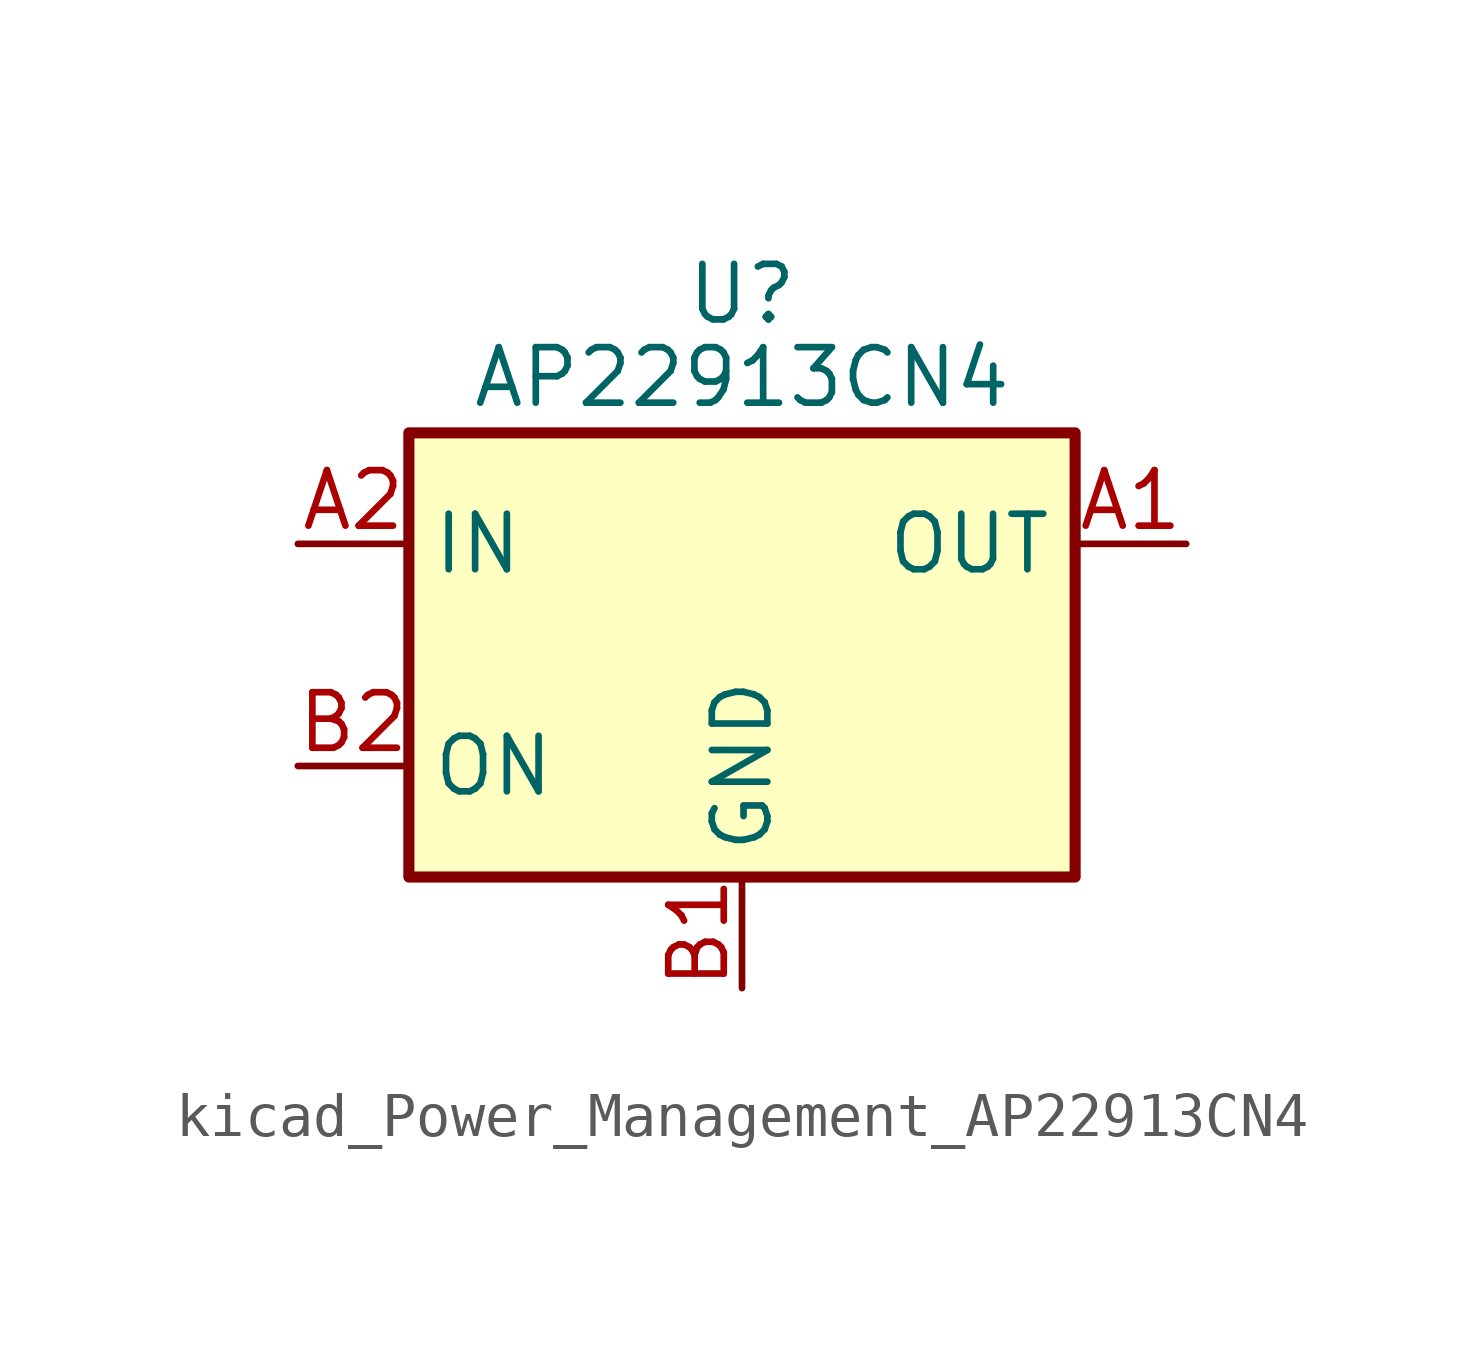
<source format=kicad_sym>
(kicad_symbol_lib
  (version 20220914)
  (generator kicad_symbol_editor)
  (symbol "kicad_Power_Management_AP22913CN4"
    (property "Reference" "U"
      (at 0 8.255 0)
      (effects (font (size 1.27 1.27))))
    (property "Value" "AP22913CN4"
      (at 0 6.35 0)
      (effects (font (size 1.27 1.27))))
    (symbol "kicad_Power_Management_AP22913CN4_0_1"
      (rectangle (start -7.62 5.08) (end 7.62 -5.08) (stroke (width 0.254) (type default)) (fill (type background))))
    (symbol "kicad_Power_Management_AP22913CN4_1_1"
      (pin power_out line (at 10.16 2.54 180) (length 2.54) (name "OUT" (effects (font (size 1.27 1.27)))) (number "A1" (effects (font (size 1.27 1.27)))))
      (pin power_in line (at -10.16 2.54 0) (length 2.54) (name "IN" (effects (font (size 1.27 1.27)))) (number "A2" (effects (font (size 1.27 1.27)))))
      (pin power_in line (at 0 -7.62 90) (length 2.54) (name "GND" (effects (font (size 1.27 1.27)))) (number "B1" (effects (font (size 1.27 1.27)))))
      (pin input line (at -10.16 -2.54 0) (length 2.54) (name "ON" (effects (font (size 1.27 1.27)))) (number "B2" (effects (font (size 1.27 1.27))))))))
</source>
